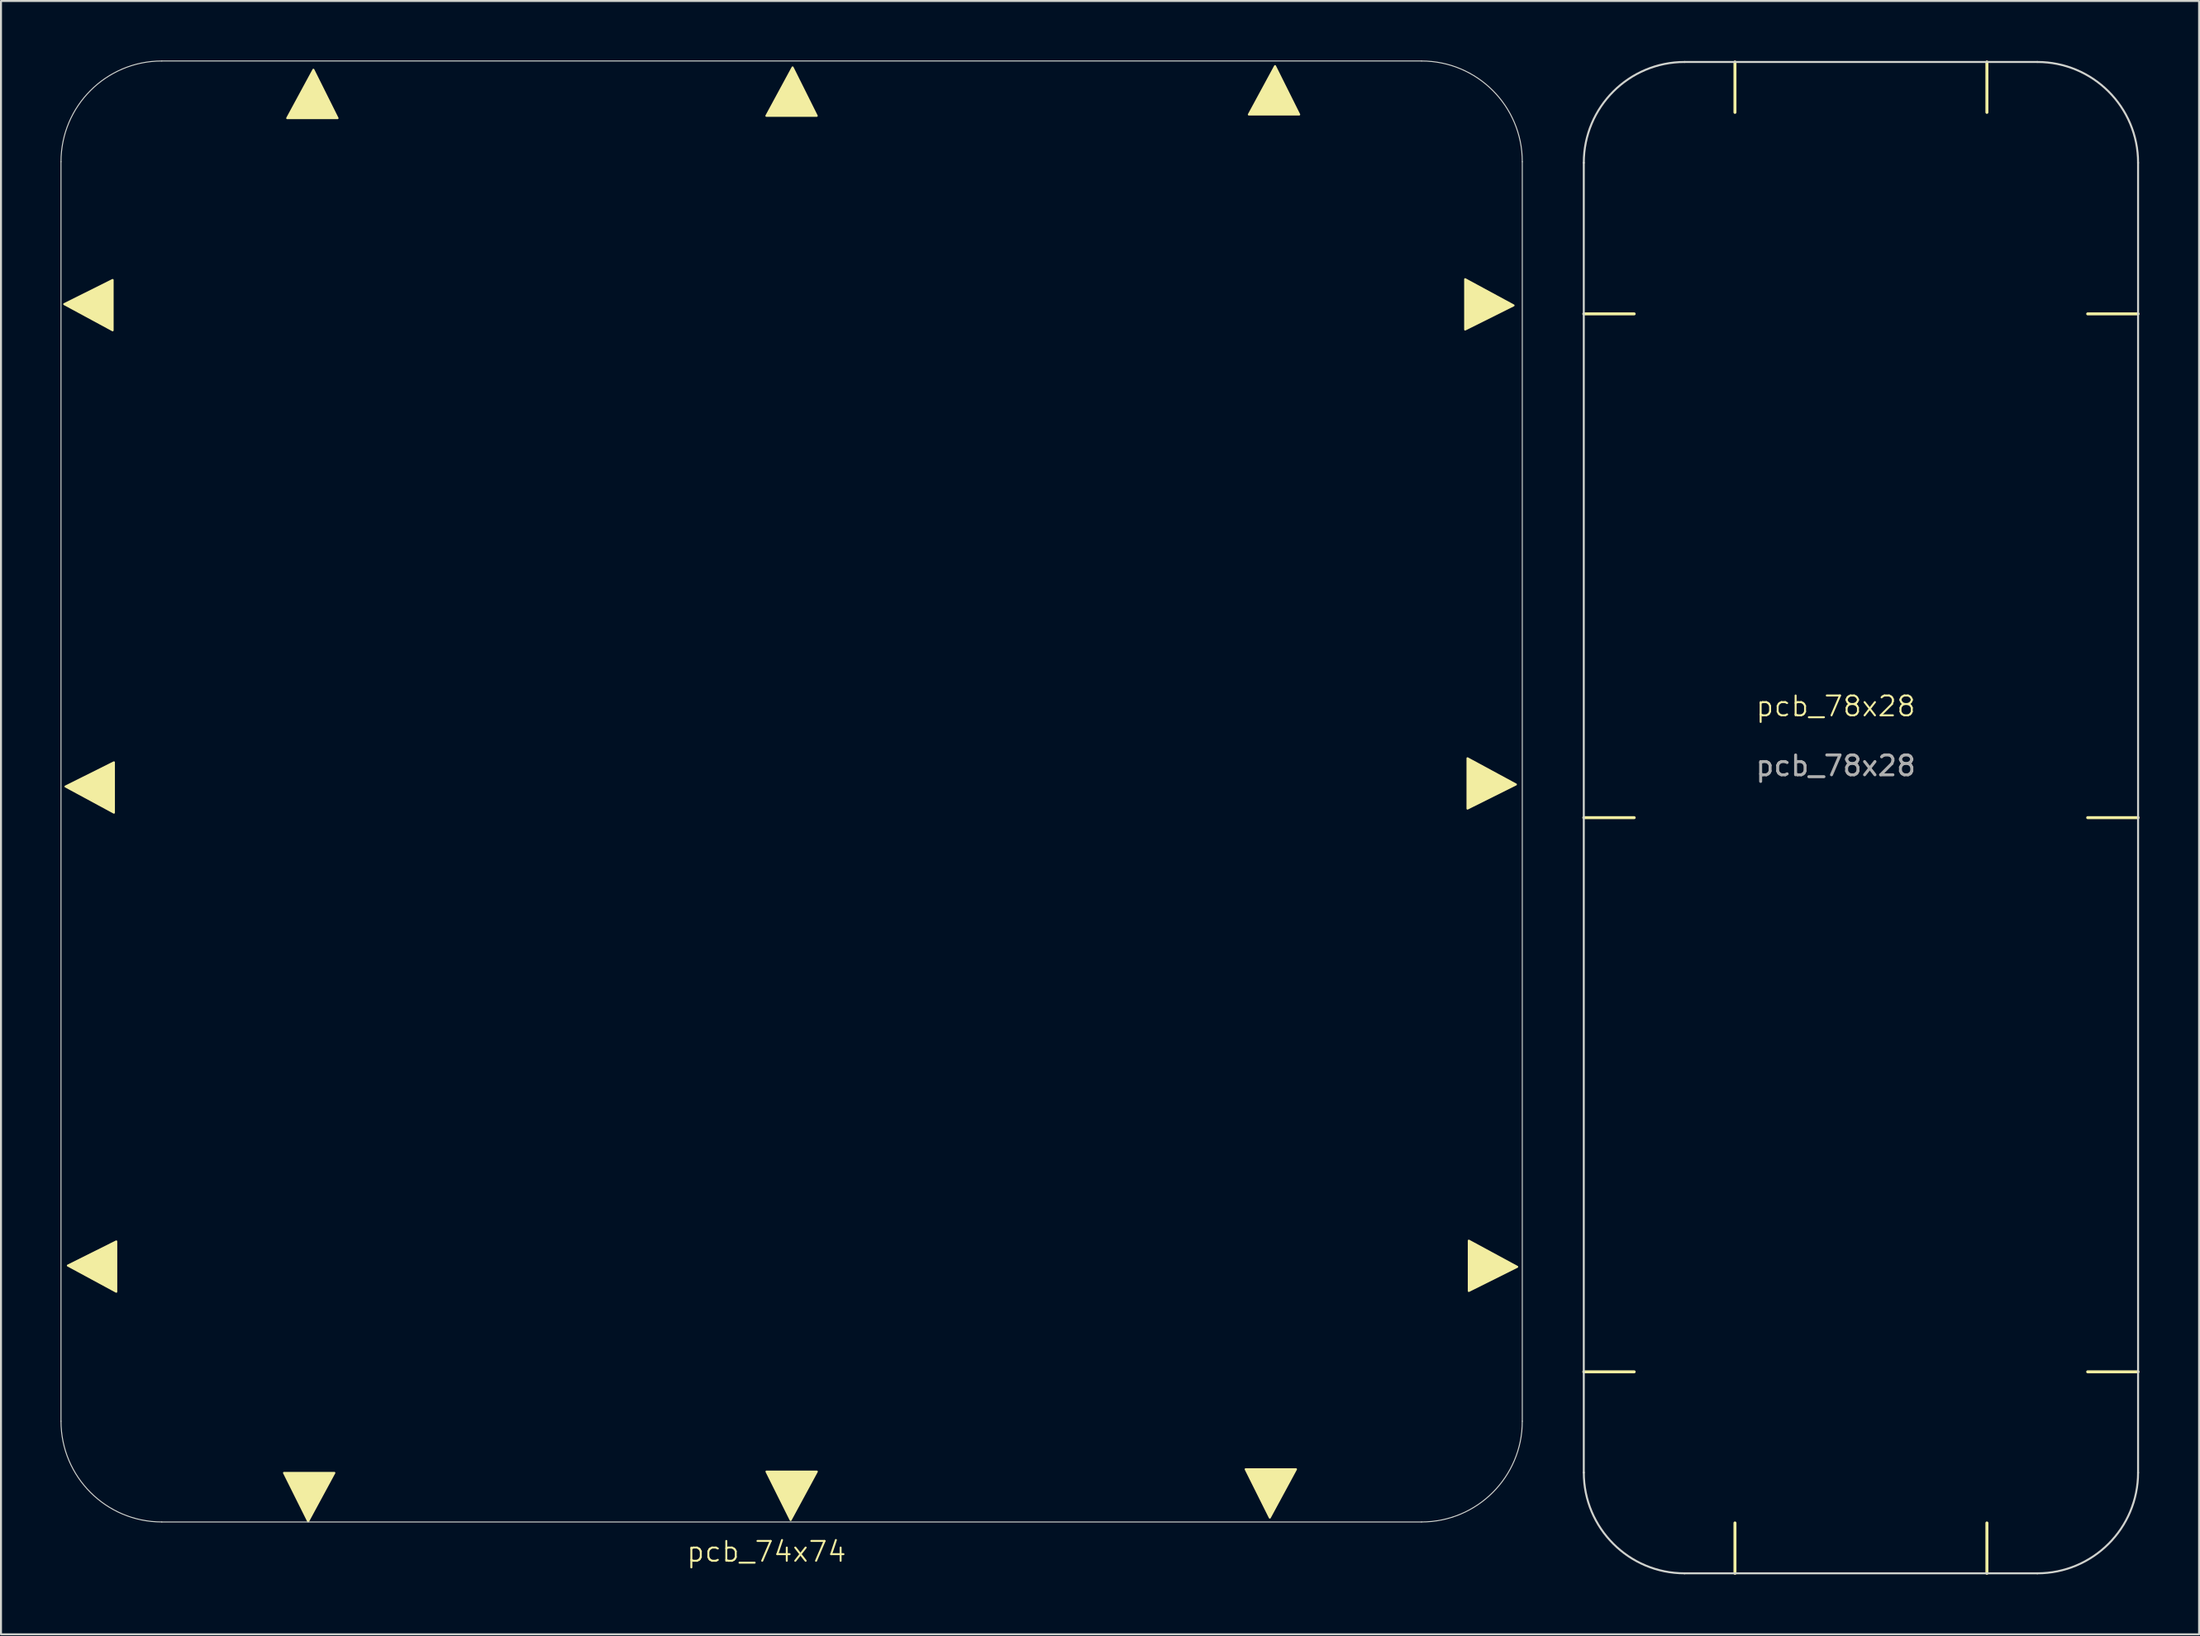
<source format=kicad_pcb>
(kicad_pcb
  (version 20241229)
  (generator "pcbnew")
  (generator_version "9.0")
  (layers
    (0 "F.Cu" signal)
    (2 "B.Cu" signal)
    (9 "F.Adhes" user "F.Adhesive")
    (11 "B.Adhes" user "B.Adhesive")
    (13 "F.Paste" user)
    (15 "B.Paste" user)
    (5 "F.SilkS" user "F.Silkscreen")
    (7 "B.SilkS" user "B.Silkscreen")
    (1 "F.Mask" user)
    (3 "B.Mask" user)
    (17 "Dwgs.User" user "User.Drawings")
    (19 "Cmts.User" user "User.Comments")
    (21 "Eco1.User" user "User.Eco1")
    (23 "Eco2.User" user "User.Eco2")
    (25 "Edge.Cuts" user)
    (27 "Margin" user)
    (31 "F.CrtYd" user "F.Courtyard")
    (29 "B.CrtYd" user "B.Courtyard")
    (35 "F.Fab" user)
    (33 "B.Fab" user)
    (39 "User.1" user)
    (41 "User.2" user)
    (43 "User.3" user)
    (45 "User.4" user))
  (footprint "pcb_74x74"
    (layer "F.Cu")
    (at 35.585 38.125)
    (property "Reference" "pcb_74x74" (at 0 37.06 0) (unlocked yes) (layer "F.SilkS") (effects (font (size 1 1) (thickness 0.1))))
    (fp_poly (pts (xy -32.957 -27.06) (xy -32.957 -24.52) (xy -35.399 -25.841)) (stroke (width 0.1) (type solid)) (fill yes) (layer "F.SilkS"))
    (fp_poly (pts (xy -32.892 -2.74) (xy -32.892 -0.2) (xy -35.334 -1.521)) (stroke (width 0.1) (type solid)) (fill yes) (layer "F.SilkS"))
    (fp_poly (pts (xy -32.774 21.414) (xy -32.774 23.954) (xy -35.215 22.633)) (stroke (width 0.1) (type solid)) (fill yes) (layer "F.SilkS"))
    (fp_poly (pts (xy -24.32 33.085) (xy -21.78 33.085) (xy -23.102 35.527)) (stroke (width 0.1) (type solid)) (fill yes) (layer "F.SilkS"))
    (fp_poly (pts (xy -21.619 -35.217) (xy -24.159 -35.217) (xy -22.837 -37.659)) (stroke (width 0.1) (type solid)) (fill yes) (layer "F.SilkS"))
    (fp_poly (pts (xy 0 33.02) (xy 2.54 33.02) (xy 1.218 35.462)) (stroke (width 0.1) (type solid)) (fill yes) (layer "F.SilkS"))
    (fp_poly (pts (xy 2.535 -35.335) (xy -0.005 -35.335) (xy 1.317 -37.777)) (stroke (width 0.1) (type solid)) (fill yes) (layer "F.SilkS"))
    (fp_poly (pts (xy 24.154 32.902) (xy 26.694 32.902) (xy 25.373 35.343)) (stroke (width 0.1) (type solid)) (fill yes) (layer "F.SilkS"))
    (fp_poly (pts (xy 26.855 -35.401) (xy 24.315 -35.401) (xy 25.637 -37.842)) (stroke (width 0.1) (type solid)) (fill yes) (layer "F.SilkS"))
    (fp_poly (pts (xy 35.219 -24.559) (xy 35.219 -27.099) (xy 37.66 -25.777)) (stroke (width 0.1) (type solid)) (fill yes) (layer "F.SilkS"))
    (fp_poly (pts (xy 35.337 -0.405) (xy 35.337 -2.945) (xy 37.779 -1.623)) (stroke (width 0.1) (type solid)) (fill yes) (layer "F.SilkS"))
    (fp_poly (pts (xy 35.403 23.915) (xy 35.403 21.375) (xy 37.844 22.697)) (stroke (width 0.1) (type solid)) (fill yes) (layer "F.SilkS"))
    (fp_line (start -35.56 30.48) (end -35.56 -33.02) (stroke (width 0.05) (type default)) (layer "Edge.Cuts"))
    (fp_line (start -30.48 -38.1) (end 33.02 -38.1) (stroke (width 0.05) (type default)) (layer "Edge.Cuts"))
    (fp_line (start 33.02 35.56) (end -30.48 35.56) (stroke (width 0.05) (type default)) (layer "Edge.Cuts"))
    (fp_line (start 38.1 -33.02) (end 38.1 30.48) (stroke (width 0.05) (type default)) (layer "Edge.Cuts"))
    (fp_arc (start -35.56 -33.02) (mid -34.072102 -36.612102) (end -30.48 -38.1) (stroke (width 0.05) (type default)) (layer "Edge.Cuts"))
    (fp_arc (start -30.48 35.56) (mid -34.072102 34.072102) (end -35.56 30.48) (stroke (width 0.05) (type default)) (layer "Edge.Cuts"))
    (fp_arc (start 33.02 -38.1) (mid 36.612102 -36.612102) (end 38.1 -33.02) (stroke (width 0.05) (type default)) (layer "Edge.Cuts"))
    (fp_arc (start 38.1 30.48) (mid 36.612102 34.072102) (end 33.02 35.56) (stroke (width 0.05) (type default)) (layer "Edge.Cuts")))
  (footprint "pcb_78x28"
    (layer "F.Cu")
    (at 89.486 33.059)
    (property "Reference" "pcb_78x28" (at 0 -0.5 0) (unlocked yes) (layer "F.SilkS") (effects (font (size 1 1) (thickness 0.1))))
    (fp_line (start -10.161 -20.284) (end -12.701 -20.284) (stroke (width 0.15) (type default)) (layer "F.SilkS"))
    (fp_line (start -10.161 5.116) (end -12.701 5.116) (stroke (width 0.15) (type default)) (layer "F.SilkS"))
    (fp_line (start -10.161 33.056) (end -12.701 33.056) (stroke (width 0.15) (type default)) (layer "F.SilkS"))
    (fp_line (start -5.081 -30.444) (end -5.081 -32.984) (stroke (width 0.15) (type default)) (layer "F.SilkS"))
    (fp_line (start -5.081 40.676) (end -5.081 43.216) (stroke (width 0.15) (type default)) (layer "F.SilkS"))
    (fp_line (start 7.619 -30.444) (end 7.619 -32.984) (stroke (width 0.15) (type default)) (layer "F.SilkS"))
    (fp_line (start 7.619 40.676) (end 7.619 43.216) (stroke (width 0.15) (type default)) (layer "F.SilkS"))
    (fp_line (start 12.699 -20.284) (end 15.239 -20.284) (stroke (width 0.15) (type default)) (layer "F.SilkS"))
    (fp_line (start 12.699 5.116) (end 15.239 5.116) (stroke (width 0.15) (type default)) (layer "F.SilkS"))
    (fp_line (start 15.239 33.056) (end 12.699 33.056) (stroke (width 0.15) (type default)) (layer "F.SilkS"))
    (fp_line (start -12.701 -27.904) (end -12.701 38.136) (stroke (width 0.1) (type default)) (layer "Edge.Cuts"))
    (fp_line (start -7.621 43.216) (end 10.159 43.216) (stroke (width 0.1) (type default)) (layer "Edge.Cuts"))
    (fp_line (start 10.159 -32.984) (end -7.621 -32.984) (stroke (width 0.1) (type default)) (layer "Edge.Cuts"))
    (fp_line (start 15.239 38.136) (end 15.239 -27.904) (stroke (width 0.1) (type default)) (layer "Edge.Cuts"))
    (fp_arc (start -12.700721 -27.904346) (mid -11.212823 -31.496448) (end -7.620721 -32.984346) (stroke (width 0.1) (type default)) (layer "Edge.Cuts"))
    (fp_arc (start -7.620721 43.215654) (mid -11.212823 41.727756) (end -12.700721 38.135654) (stroke (width 0.1) (type default)) (layer "Edge.Cuts"))
    (fp_arc (start 10.159279 -32.984346) (mid 13.751381 -31.496448) (end 15.239279 -27.904346) (stroke (width 0.1) (type default)) (layer "Edge.Cuts"))
    (fp_arc (start 15.239279 38.135654) (mid 13.751381 41.727756) (end 10.159279 43.215654) (stroke (width 0.1) (type default)) (layer "Edge.Cuts"))
    (fp_text user "${REFERENCE}" (at 0 2.5 0) (unlocked yes) (layer "F.Fab") (effects (font (size 1 1) (thickness 0.15)))))
  (gr_rect
    (start -3 -3)
    (end 107.8 79.35)
    (stroke (width 0.1) (type default))
    (fill no)
    (layer "Edge.Cuts")))
</source>
